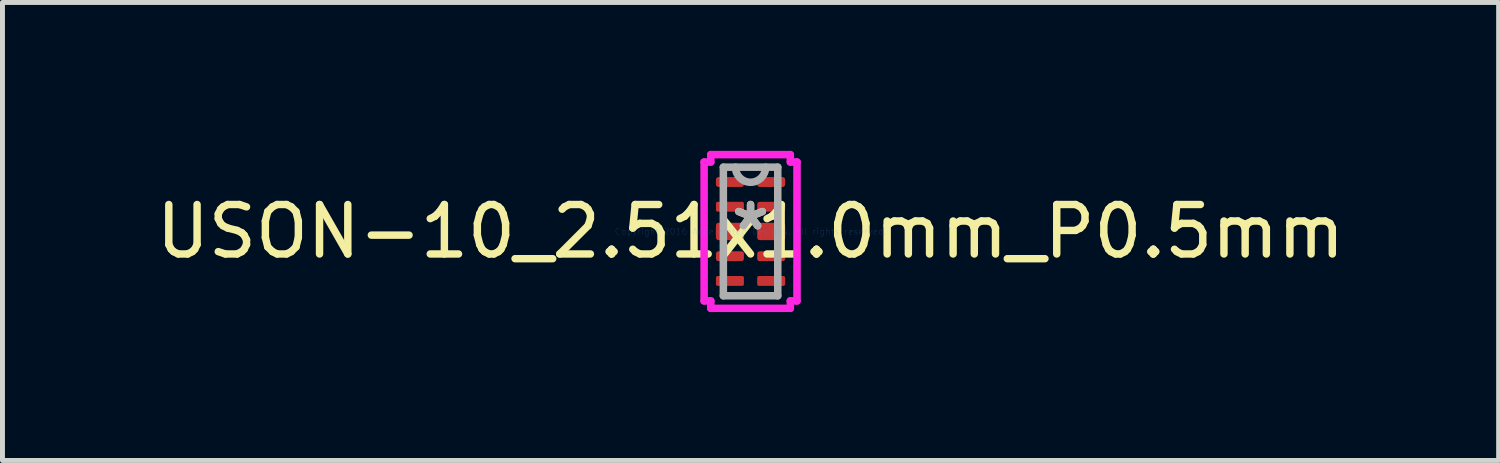
<source format=kicad_pcb>
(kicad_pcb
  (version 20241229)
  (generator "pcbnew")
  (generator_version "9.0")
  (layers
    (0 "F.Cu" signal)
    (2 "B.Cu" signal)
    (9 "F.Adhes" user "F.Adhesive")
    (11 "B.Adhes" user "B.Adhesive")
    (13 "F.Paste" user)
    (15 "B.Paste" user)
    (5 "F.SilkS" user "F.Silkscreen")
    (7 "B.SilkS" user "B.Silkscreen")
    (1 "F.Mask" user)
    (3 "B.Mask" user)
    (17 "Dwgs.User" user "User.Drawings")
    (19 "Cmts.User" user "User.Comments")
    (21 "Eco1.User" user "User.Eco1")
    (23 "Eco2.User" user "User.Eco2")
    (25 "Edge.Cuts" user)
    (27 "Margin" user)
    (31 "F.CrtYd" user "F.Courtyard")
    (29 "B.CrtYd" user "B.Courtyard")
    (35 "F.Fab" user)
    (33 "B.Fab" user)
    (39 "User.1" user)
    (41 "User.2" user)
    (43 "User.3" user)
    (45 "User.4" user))
  (footprint "USON-10_2.51x1.0mm_P0.5mm"
    (layer "F.Cu")
    (at 12.125 1.63)
    (property "Reference" "USON-10_2.51x1.0mm_P0.5mm" (at 0 0 0) (layer "F.SilkS") (effects (font (size 1 1) (thickness 0.15))))
    (fp_line (start -0.939 -1.404) (end -0.804 -1.404) (stroke (width 0.152) (type solid)) (layer "F.CrtYd"))
    (fp_line (start -0.939 1.404) (end -0.939 -1.404) (stroke (width 0.152) (type solid)) (layer "F.CrtYd"))
    (fp_line (start -0.804 -1.554) (end 0.804 -1.554) (stroke (width 0.152) (type solid)) (layer "F.CrtYd"))
    (fp_line (start -0.804 -1.404) (end -0.804 -1.554) (stroke (width 0.152) (type solid)) (layer "F.CrtYd"))
    (fp_line (start -0.804 1.404) (end -0.939 1.404) (stroke (width 0.152) (type solid)) (layer "F.CrtYd"))
    (fp_line (start -0.804 1.554) (end -0.804 1.404) (stroke (width 0.152) (type solid)) (layer "F.CrtYd"))
    (fp_line (start 0.804 -1.554) (end 0.804 -1.404) (stroke (width 0.152) (type solid)) (layer "F.CrtYd"))
    (fp_line (start 0.804 -1.404) (end 0.939 -1.404) (stroke (width 0.152) (type solid)) (layer "F.CrtYd"))
    (fp_line (start 0.804 1.404) (end 0.804 1.554) (stroke (width 0.152) (type solid)) (layer "F.CrtYd"))
    (fp_line (start 0.804 1.554) (end -0.804 1.554) (stroke (width 0.152) (type solid)) (layer "F.CrtYd"))
    (fp_line (start 0.939 -1.404) (end 0.939 1.404) (stroke (width 0.152) (type solid)) (layer "F.CrtYd"))
    (fp_line (start 0.939 1.404) (end 0.804 1.404) (stroke (width 0.152) (type solid)) (layer "F.CrtYd"))
    (fp_line (start -0.55 -1.3) (end -0.55 1.3) (stroke (width 0.152) (type solid)) (layer "F.Fab"))
    (fp_line (start -0.55 1.3) (end 0.55 1.3) (stroke (width 0.152) (type solid)) (layer "F.Fab"))
    (fp_line (start 0.55 -1.3) (end -0.55 -1.3) (stroke (width 0.152) (type solid)) (layer "F.Fab"))
    (fp_line (start 0.55 1.3) (end 0.55 -1.3) (stroke (width 0.152) (type solid)) (layer "F.Fab"))
    (fp_arc (start 0.3048 -1.3) (mid 0 -0.9952) (end -0.3048 -1.3) (stroke (width 0.1524) (type solid)) (layer "F.Fab"))
    (fp_text user "*" (at 0 0 0) (layer "F.SilkS") (effects (font (size 1 1) (thickness 0.15))))
    (fp_text user "Copyright 2016 Accelerated Designs. All rights reserved." (at 0 0 0) (layer "Cmts.User") (effects (font (size 0.127 0.127) (thickness 0.002))))
    (fp_text user "*" (at 0 0 0) (layer "F.Fab") (effects (font (size 1 1) (thickness 0.15))))
    (pad "1" smd roundrect (at -0.417 -1) (size 0.565 0.2) (layers "F.Cu" "F.Mask" "F.Paste") (roundrect_rratio 0.25))
    (pad "2" smd roundrect (at -0.417 -0.5) (size 0.565 0.2) (layers "F.Cu" "F.Mask" "F.Paste") (roundrect_rratio 0.167))
    (pad "3" smd roundrect (at -0.417 0) (size 0.565 0.35) (layers "F.Cu" "F.Mask" "F.Paste") (roundrect_rratio 0.143))
    (pad "4" smd roundrect (at -0.417 0.5) (size 0.565 0.2) (layers "F.Cu" "F.Mask" "F.Paste") (roundrect_rratio 0.25))
    (pad "5" smd roundrect (at -0.417 1) (size 0.565 0.2) (layers "F.Cu" "F.Mask" "F.Paste") (roundrect_rratio 0.167))
    (pad "6" smd roundrect (at 0.417 1) (size 0.565 0.2) (layers "F.Cu" "F.Mask" "F.Paste") (roundrect_rratio 0.167))
    (pad "7" smd roundrect (at 0.417 0.5) (size 0.565 0.2) (layers "F.Cu" "F.Mask" "F.Paste") (roundrect_rratio 0.25))
    (pad "8" smd roundrect (at 0.417 0) (size 0.565 0.35) (layers "F.Cu" "F.Mask" "F.Paste") (roundrect_rratio 0.143))
    (pad "9" smd roundrect (at 0.417 -0.5) (size 0.565 0.2) (layers "F.Cu" "F.Mask" "F.Paste") (roundrect_rratio 0.25))
    (pad "10" smd roundrect (at 0.417 -1) (size 0.565 0.2) (layers "F.Cu" "F.Mask" "F.Paste") (roundrect_rratio 0.25)))
  (gr_rect
    (start -3 -3)
    (end 27.25 6.26)
    (stroke (width 0.1) (type default))
    (fill no)
    (layer "Edge.Cuts")))
</source>
